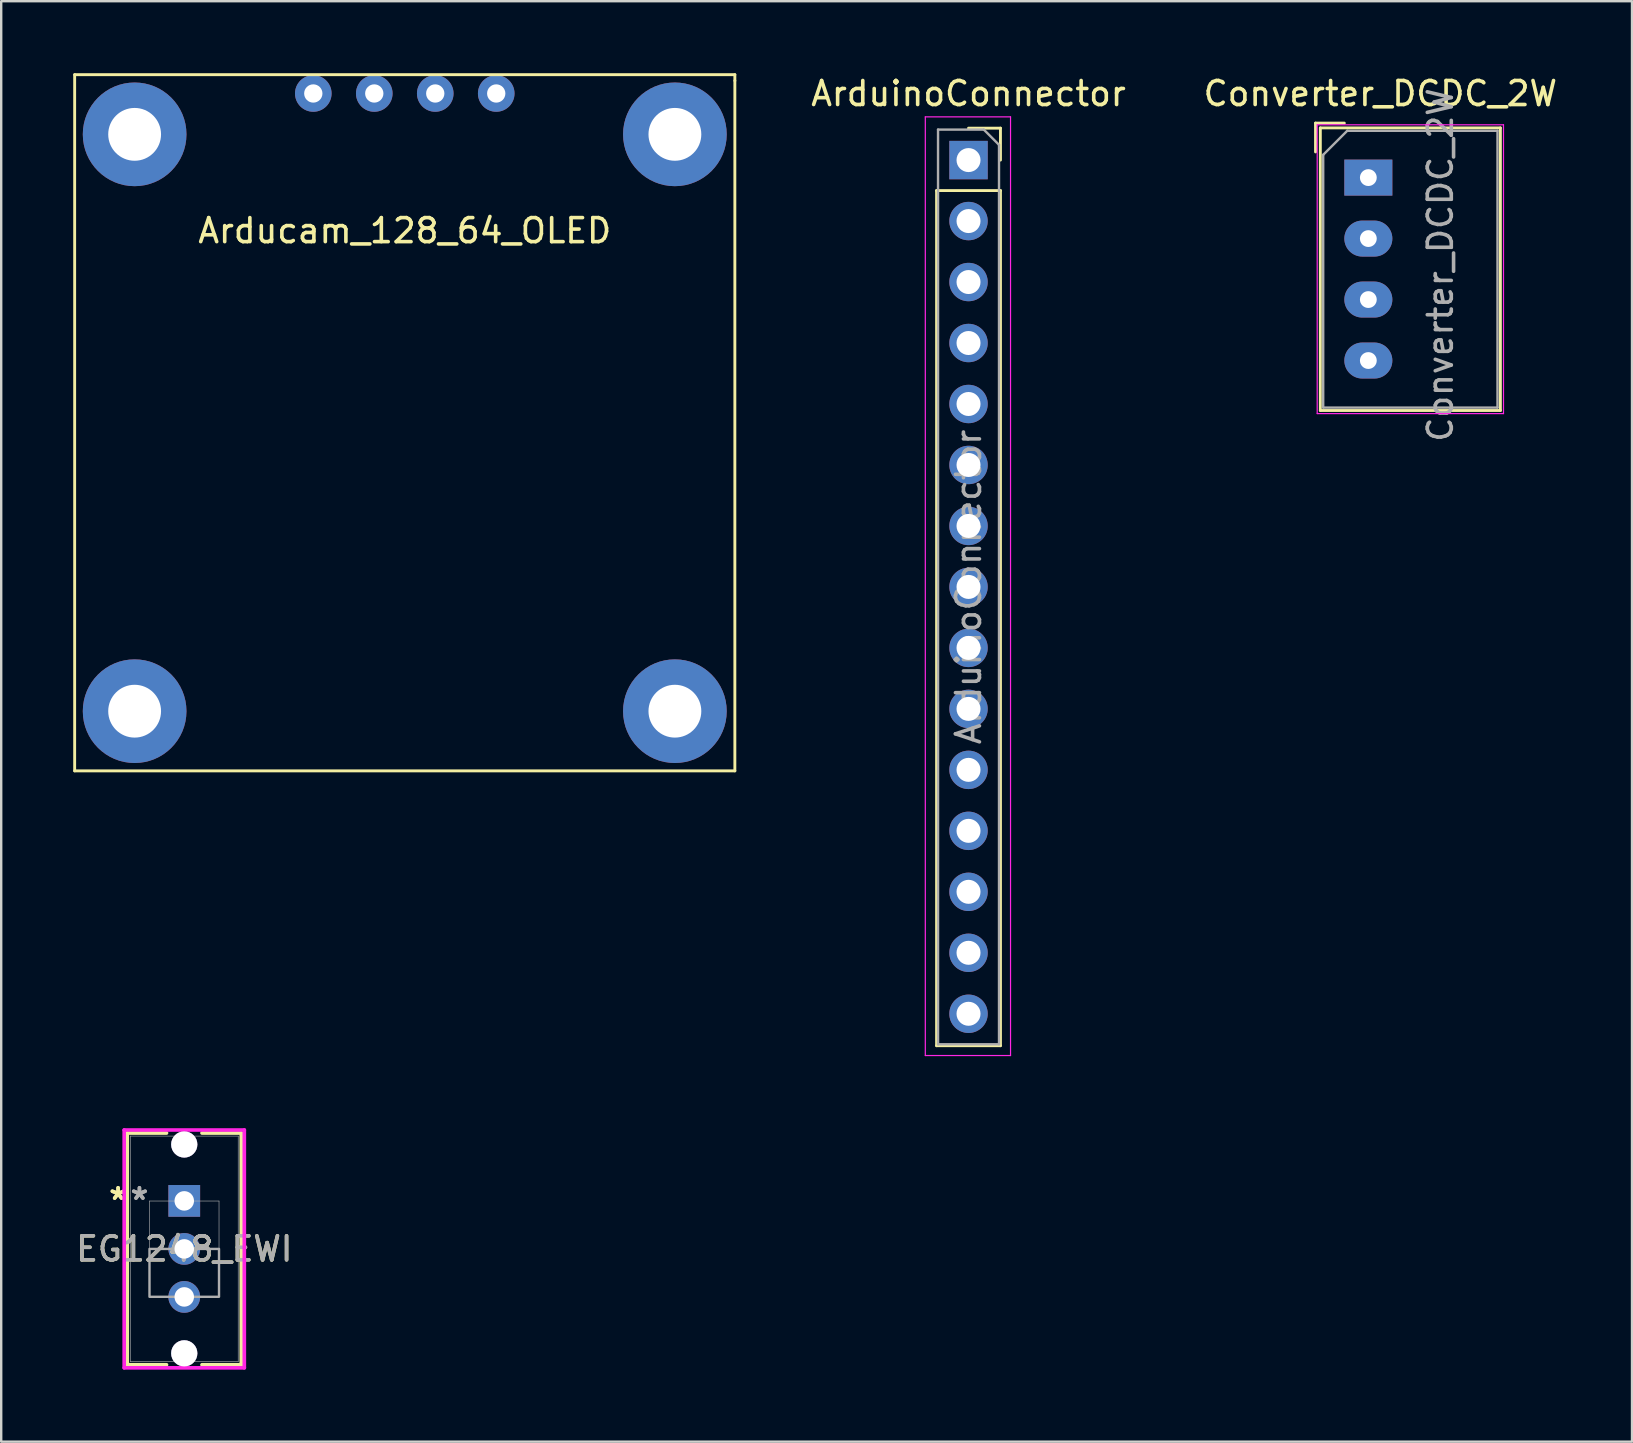
<source format=kicad_pcb>
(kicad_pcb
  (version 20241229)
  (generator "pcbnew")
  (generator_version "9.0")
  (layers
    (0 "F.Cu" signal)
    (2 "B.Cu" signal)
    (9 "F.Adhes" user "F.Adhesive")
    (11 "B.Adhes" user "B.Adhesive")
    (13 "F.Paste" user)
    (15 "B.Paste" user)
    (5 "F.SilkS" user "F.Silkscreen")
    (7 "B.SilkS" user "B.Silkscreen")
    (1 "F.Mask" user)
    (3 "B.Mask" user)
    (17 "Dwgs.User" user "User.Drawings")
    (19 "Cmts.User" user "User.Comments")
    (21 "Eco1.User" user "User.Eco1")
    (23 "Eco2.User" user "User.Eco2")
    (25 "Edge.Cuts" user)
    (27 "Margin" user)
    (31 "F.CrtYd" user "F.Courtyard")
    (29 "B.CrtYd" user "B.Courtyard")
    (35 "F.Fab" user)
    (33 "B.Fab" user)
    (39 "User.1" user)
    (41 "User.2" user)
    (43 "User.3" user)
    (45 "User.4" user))
  (footprint "Converter_DCDC_2W"
    (layer "F.Cu")
    (at 53.947 4.348)
    (property "Reference" "Converter_DCDC_2W" (at 0.5 -3.5 180) (layer "F.SilkS") (effects (font (size 1 1) (thickness 0.15))))
    (attr through_hole)
    (fp_line (start -2.2 -2.27) (end -2.2 -1.07) (stroke (width 0.12) (type solid)) (layer "F.SilkS"))
    (fp_line (start -2 -2.07) (end -2 9.7) (stroke (width 0.12) (type solid)) (layer "F.SilkS"))
    (fp_line (start -1 -2.27) (end -2.2 -2.27) (stroke (width 0.12) (type solid)) (layer "F.SilkS"))
    (fp_line (start 5.5 -2.07) (end -2 -2.07) (stroke (width 0.12) (type solid)) (layer "F.SilkS"))
    (fp_line (start 5.5 -2.07) (end 5.5 9.7) (stroke (width 0.12) (type solid)) (layer "F.SilkS"))
    (fp_line (start 5.5 9.7) (end -2 9.7) (stroke (width 0.12) (type solid)) (layer "F.SilkS"))
    (fp_line (start -2.13 -2.2) (end -2.13 9.83) (stroke (width 0.05) (type solid)) (layer "F.CrtYd"))
    (fp_line (start 5.63 -2.2) (end -2.13 -2.2) (stroke (width 0.05) (type solid)) (layer "F.CrtYd"))
    (fp_line (start 5.63 -2.2) (end 5.63 9.83) (stroke (width 0.05) (type solid)) (layer "F.CrtYd"))
    (fp_line (start 5.63 9.83) (end -2.13 9.83) (stroke (width 0.05) (type solid)) (layer "F.CrtYd"))
    (fp_line (start -1.88 -0.95) (end -1.88 9.58) (stroke (width 0.1) (type solid)) (layer "F.Fab"))
    (fp_line (start -1.88 9.58) (end 5.38 9.58) (stroke (width 0.1) (type solid)) (layer "F.Fab"))
    (fp_line (start -0.88 -1.95) (end -1.88 -0.95) (stroke (width 0.1) (type solid)) (layer "F.Fab"))
    (fp_line (start -0.88 -1.95) (end 5.38 -1.95) (stroke (width 0.1) (type solid)) (layer "F.Fab"))
    (fp_line (start 5.38 -1.95) (end 5.38 9.58) (stroke (width 0.1) (type solid)) (layer "F.Fab"))
    (fp_text user "${REFERENCE}" (at 3 3.64 270) (layer "F.Fab") (effects (font (size 1 1) (thickness 0.15))))
    (pad "1" thru_hole rect (at 0 0 270) (size 1.5 2) (drill 0.7) (layers "*.Cu" "*.Mask"))
    (pad "2" thru_hole oval (at 0 2.54 270) (size 1.5 2) (drill 0.7) (layers "*.Cu" "*.Mask"))
    (pad "3" thru_hole oval (at 0 5.08 270) (size 1.5 2) (drill 0.7) (layers "*.Cu" "*.Mask"))
    (pad "4" thru_hole oval (at 0 7.62 270) (size 1.5 2) (drill 0.7) (layers "*.Cu" "*.Mask")))
  (footprint "EG1248_EWI"
    (layer "F.Cu")
    (at 4.625 46.972)
    (property "Reference" "EG1248_EWI" (at 0 2 0) (unlocked yes) (layer "F.SilkS") (effects (font (size 1 1) (thickness 0.15))))
    (attr through_hole)
    (fp_line (start -2.375 -2.826) (end -2.375 6.826) (stroke (width 0.152) (type solid)) (layer "F.SilkS"))
    (fp_line (start -2.375 6.826) (end -0.739 6.826) (stroke (width 0.152) (type solid)) (layer "F.SilkS"))
    (fp_line (start -0.739 -2.826) (end -2.375 -2.826) (stroke (width 0.152) (type solid)) (layer "F.SilkS"))
    (fp_line (start 0.739 6.826) (end 2.375 6.826) (stroke (width 0.152) (type solid)) (layer "F.SilkS"))
    (fp_line (start 2.375 -2.826) (end 0.739 -2.826) (stroke (width 0.152) (type solid)) (layer "F.SilkS"))
    (fp_line (start 2.375 6.826) (end 2.375 -2.826) (stroke (width 0.152) (type solid)) (layer "F.SilkS"))
    (fp_line (start -2.502 -2.953) (end -2.502 6.953) (stroke (width 0.152) (type solid)) (layer "F.CrtYd"))
    (fp_line (start -2.502 6.953) (end 2.502 6.953) (stroke (width 0.152) (type solid)) (layer "F.CrtYd"))
    (fp_line (start 2.502 -2.953) (end -2.502 -2.953) (stroke (width 0.152) (type solid)) (layer "F.CrtYd"))
    (fp_line (start 2.502 6.953) (end 2.502 -2.953) (stroke (width 0.152) (type solid)) (layer "F.CrtYd"))
    (fp_line (start -2.248 -2.699) (end -2.248 6.699) (stroke (width 0.025) (type solid)) (layer "F.Fab"))
    (fp_line (start -2.248 6.699) (end 2.248 6.699) (stroke (width 0.025) (type solid)) (layer "F.Fab"))
    (fp_line (start -1.448 0.006) (end 1.448 0.006) (stroke (width 0.025) (type solid)) (layer "F.Fab"))
    (fp_line (start -1.448 3.994) (end -1.448 0.006) (stroke (width 0.025) (type solid)) (layer "F.Fab"))
    (fp_line (start 1.448 0.006) (end 1.448 3.994) (stroke (width 0.025) (type solid)) (layer "F.Fab"))
    (fp_line (start 1.448 3.994) (end -1.448 3.994) (stroke (width 0.025) (type solid)) (layer "F.Fab"))
    (fp_line (start 2.248 -2.699) (end -2.248 -2.699) (stroke (width 0.025) (type solid)) (layer "F.Fab"))
    (fp_line (start 2.248 6.699) (end 2.248 -2.699) (stroke (width 0.025) (type solid)) (layer "F.Fab"))
    (fp_poly (pts (xy -1.448 3.994) (xy -1.448 2) (xy 1.448 2) (xy 1.448 3.994)) (stroke (width 0.1) (type solid)) (fill no) (layer "F.Fab"))
    (fp_text user "*" (at -2.756 0 0) (unlocked yes) (layer "F.SilkS") (effects (font (size 1 1) (thickness 0.15))))
    (fp_text user "*" (at -2.756 0 0) (layer "F.SilkS") (effects (font (size 1 1) (thickness 0.15))))
    (fp_text user "*" (at -1.867 0 0) (layer "F.Fab") (effects (font (size 1 1) (thickness 0.15))))
    (fp_text user "${REFERENCE}" (at 0 2 0) (unlocked yes) (layer "F.Fab") (effects (font (size 1 1) (thickness 0.15))))
    (fp_text user "*" (at -1.867 0 0) (unlocked yes) (layer "F.Fab") (effects (font (size 1 1) (thickness 0.15))))
    (pad "1" thru_hole rect (at 0 0) (size 1.321 1.321) (drill 0.813) (layers "*.Cu" "*.Mask"))
    (pad "2" thru_hole circle (at 0 2) (size 1.321 1.321) (drill 0.813) (layers "*.Cu" "*.Mask"))
    (pad "3" thru_hole circle (at 0 4) (size 1.321 1.321) (drill 0.813) (layers "*.Cu" "*.Mask"))
    (pad "4" thru_hole circle (at 0 -2.35 90) (size 1.092 1.092) (drill 1.092) (layers "*.Cu" "*.Mask"))
    (pad "5" thru_hole circle (at 0 6.35 90) (size 1.092 1.092) (drill 1.092) (layers "*.Cu" "*.Mask")))
  (footprint "ArduinoConnector"
    (layer "F.Cu")
    (at 37.293 3.618)
    (property "Reference" "ArduinoConnector" (at 0 -2.77 0) (layer "F.SilkS") (effects (font (size 1 1) (thickness 0.15))))
    (attr through_hole)
    (fp_line (start -1.33 1.27) (end -1.33 36.89) (stroke (width 0.12) (type solid)) (layer "F.SilkS"))
    (fp_line (start -1.33 1.27) (end 1.33 1.27) (stroke (width 0.12) (type solid)) (layer "F.SilkS"))
    (fp_line (start -1.33 36.89) (end 1.33 36.89) (stroke (width 0.12) (type solid)) (layer "F.SilkS"))
    (fp_line (start 0 -1.33) (end 1.33 -1.33) (stroke (width 0.12) (type solid)) (layer "F.SilkS"))
    (fp_line (start 1.33 -1.33) (end 1.33 0) (stroke (width 0.12) (type solid)) (layer "F.SilkS"))
    (fp_line (start 1.33 1.27) (end 1.33 36.89) (stroke (width 0.12) (type solid)) (layer "F.SilkS"))
    (fp_line (start -1.8 -1.8) (end 1.75 -1.8) (stroke (width 0.05) (type solid)) (layer "F.CrtYd"))
    (fp_line (start -1.8 37.3) (end -1.8 -1.8) (stroke (width 0.05) (type solid)) (layer "F.CrtYd"))
    (fp_line (start 1.75 -1.8) (end 1.75 37.3) (stroke (width 0.05) (type solid)) (layer "F.CrtYd"))
    (fp_line (start 1.75 37.3) (end -1.8 37.3) (stroke (width 0.05) (type solid)) (layer "F.CrtYd"))
    (fp_line (start -1.27 -1.27) (end 0.635 -1.27) (stroke (width 0.1) (type solid)) (layer "F.Fab"))
    (fp_line (start -1.27 36.83) (end -1.27 -1.27) (stroke (width 0.1) (type solid)) (layer "F.Fab"))
    (fp_line (start 0.635 -1.27) (end 1.27 -0.635) (stroke (width 0.1) (type solid)) (layer "F.Fab"))
    (fp_line (start 1.27 -0.635) (end 1.27 36.83) (stroke (width 0.1) (type solid)) (layer "F.Fab"))
    (fp_line (start 1.27 36.83) (end -1.27 36.83) (stroke (width 0.1) (type solid)) (layer "F.Fab"))
    (fp_text user "${REFERENCE}" (at 0 17.78 90) (layer "F.Fab") (effects (font (size 1 1) (thickness 0.15))))
    (pad "1" thru_hole rect (at 0 0) (size 1.6 1.6) (drill 1) (layers "*.Cu" "*.Mask"))
    (pad "2" thru_hole oval (at 0 2.54) (size 1.6 1.6) (drill 1) (layers "*.Cu" "*.Mask"))
    (pad "3" thru_hole oval (at 0 5.08) (size 1.6 1.6) (drill 1) (layers "*.Cu" "*.Mask"))
    (pad "4" thru_hole oval (at 0 7.62) (size 1.6 1.6) (drill 1) (layers "*.Cu" "*.Mask"))
    (pad "5" thru_hole oval (at 0 10.16) (size 1.6 1.6) (drill 1) (layers "*.Cu" "*.Mask"))
    (pad "6" thru_hole oval (at 0 12.7) (size 1.6 1.6) (drill 1) (layers "*.Cu" "*.Mask"))
    (pad "7" thru_hole oval (at 0 15.24) (size 1.6 1.6) (drill 1) (layers "*.Cu" "*.Mask"))
    (pad "8" thru_hole oval (at 0 17.78) (size 1.6 1.6) (drill 1) (layers "*.Cu" "*.Mask"))
    (pad "9" thru_hole oval (at 0 20.32) (size 1.6 1.6) (drill 1) (layers "*.Cu" "*.Mask"))
    (pad "10" thru_hole oval (at 0 22.86) (size 1.6 1.6) (drill 1) (layers "*.Cu" "*.Mask"))
    (pad "11" thru_hole oval (at 0 25.4) (size 1.6 1.6) (drill 1) (layers "*.Cu" "*.Mask"))
    (pad "12" thru_hole oval (at 0 27.94) (size 1.6 1.6) (drill 1) (layers "*.Cu" "*.Mask"))
    (pad "13" thru_hole oval (at 0 30.48) (size 1.6 1.6) (drill 1) (layers "*.Cu" "*.Mask"))
    (pad "14" thru_hole oval (at 0 33.02) (size 1.6 1.6) (drill 1) (layers "*.Cu" "*.Mask"))
    (pad "15" thru_hole oval (at 0 35.56) (size 1.6 1.6) (drill 1) (layers "*.Cu" "*.Mask")))
  (footprint "Arducam_128_64_OLED"
    (layer "F.Cu")
    (at 13.81 14.56)
    (property "Reference" "Arducam_128_64_OLED" (at 0 -8 0) (layer "F.SilkS") (effects (font (size 1 1) (thickness 0.15))))
    (attr through_hole)
    (fp_line (start -13.75 -14.5) (end -13.75 14.5) (stroke (width 0.12) (type solid)) (layer "F.SilkS"))
    (fp_line (start -13.75 14.5) (end 13.75 14.5) (stroke (width 0.12) (type solid)) (layer "F.SilkS"))
    (fp_line (start 13.75 -14.5) (end -13.75 -14.5) (stroke (width 0.12) (type solid)) (layer "F.SilkS"))
    (fp_line (start 13.75 -14.25) (end 13.75 -14.5) (stroke (width 0.12) (type solid)) (layer "F.SilkS"))
    (fp_line (start 13.75 14.5) (end 13.75 -14.25) (stroke (width 0.12) (type solid)) (layer "F.SilkS"))
    (pad "1" thru_hole circle (at -3.81 -13.716) (size 1.524 1.524) (drill 0.762) (layers "*.Cu" "*.Mask"))
    (pad "2" thru_hole circle (at -1.27 -13.716) (size 1.524 1.524) (drill 0.762) (layers "*.Cu" "*.Mask"))
    (pad "3" thru_hole circle (at 1.27 -13.716) (size 1.524 1.524) (drill 0.762) (layers "*.Cu" "*.Mask"))
    (pad "4" thru_hole circle (at 3.81 -13.716) (size 1.524 1.524) (drill 0.762) (layers "*.Cu" "*.Mask"))
    (pad "5" thru_hole circle (at -11.252 -12.014) (size 4.318 4.318) (drill 2.2) (layers "*.Cu" "*.Mask"))
    (pad "6" thru_hole circle (at 11.252 -12.014) (size 4.318 4.318) (drill 2.2) (layers "*.Cu" "*.Mask"))
    (pad "7" thru_hole circle (at 11.252 12.014) (size 4.318 4.318) (drill 2.2) (layers "*.Cu" "*.Mask"))
    (pad "8" thru_hole circle (at -11.252 12.014) (size 4.318 4.318) (drill 2.2) (layers "*.Cu" "*.Mask")))
  (gr_rect
    (start -3 -3)
    (end 64.93 57.002)
    (stroke (width 0.1) (type default))
    (fill no)
    (layer "Edge.Cuts")))
</source>
